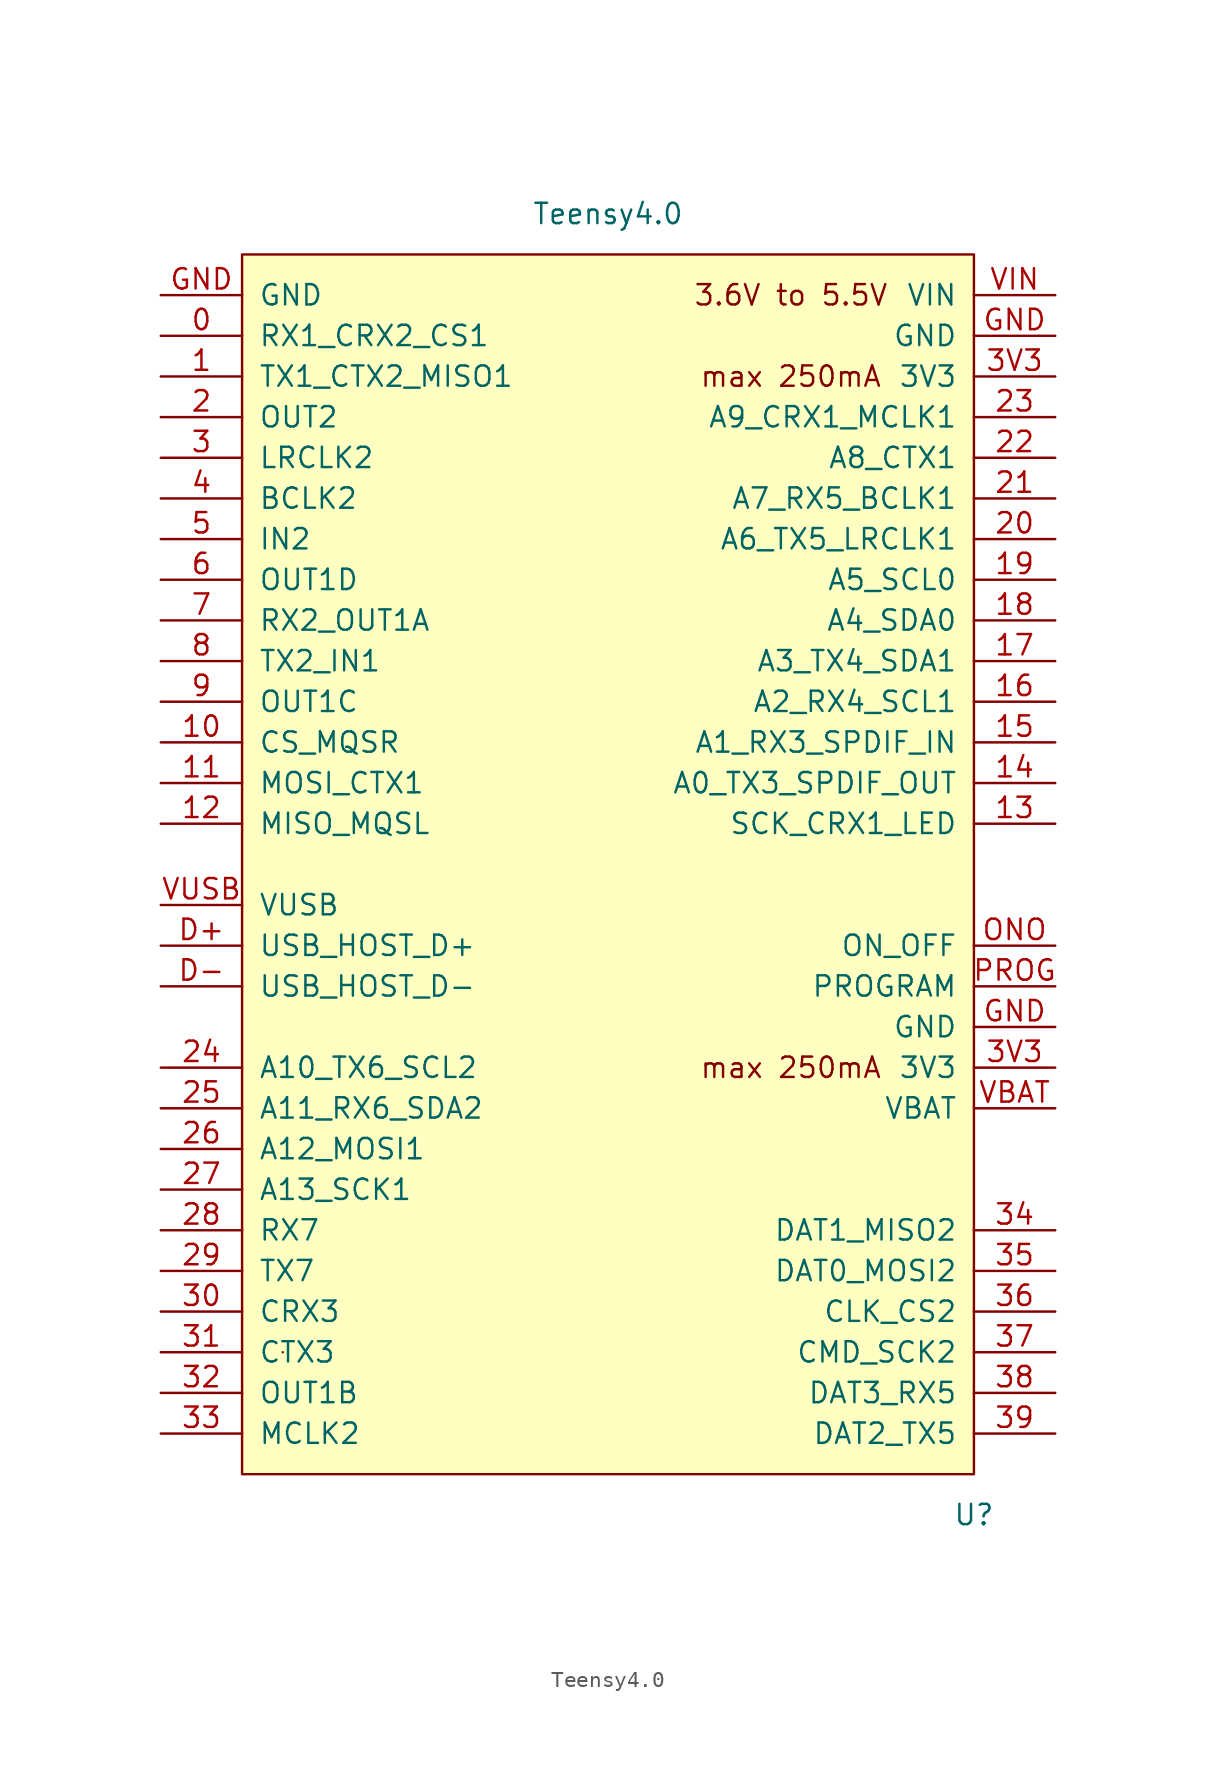
<source format=kicad_sym>
(kicad_symbol_lib
  (version 20211014)
  (generator kicad_symbol_editor)
  (symbol "Teensy4.0"
    (pin_names
      (offset 1.016))
    (property "Reference" "U"
      (at 22.86 -40.64 0)
      (effects (font (size 1.27 1.27))))
    (property "Value" "Teensy4.0"
      (at 0 40.64 0)
      (effects (font (size 1.27 1.27))))
    (symbol "Teensy4.0_0_0"
      (text "3.6V to 5.5V" (at 11.43 35.56 0) (effects (font (size 1.27 1.27))))
      (text "max 250mA" (at 17.145 -12.7 0) (effects (font (size 1.27 1.27)) (justify right)))
      (text "max 250mA" (at 17.145 30.48 0) (effects (font (size 1.27 1.27)) (justify right)))
      (pin bidirectional line (at -27.94 7.62 0) (length 5.08) (name "CS_MQSR" (effects (font (size 1.27 1.27)))) (number "10" (effects (font (size 1.27 1.27)))))
      (pin bidirectional line (at -27.94 5.08 0) (length 5.08) (name "MOSI_CTX1" (effects (font (size 1.27 1.27)))) (number "11" (effects (font (size 1.27 1.27)))))
      (pin bidirectional line (at -27.94 2.54 0) (length 5.08) (name "MISO_MQSL" (effects (font (size 1.27 1.27)))) (number "12" (effects (font (size 1.27 1.27)))))
      (pin bidirectional line (at 27.94 2.54 180) (length 5.08) (name "SCK_CRX1_LED" (effects (font (size 1.27 1.27)))) (number "13" (effects (font (size 1.27 1.27)))))
      (pin bidirectional line (at 27.94 5.08 180) (length 5.08) (name "A0_TX3_SPDIF_OUT" (effects (font (size 1.27 1.27)))) (number "14" (effects (font (size 1.27 1.27)))))
      (pin bidirectional line (at 27.94 7.62 180) (length 5.08) (name "A1_RX3_SPDIF_IN" (effects (font (size 1.27 1.27)))) (number "15" (effects (font (size 1.27 1.27)))))
      (pin bidirectional line (at 27.94 10.16 180) (length 5.08) (name "A2_RX4_SCL1" (effects (font (size 1.27 1.27)))) (number "16" (effects (font (size 1.27 1.27)))))
      (pin bidirectional line (at 27.94 12.7 180) (length 5.08) (name "A3_TX4_SDA1" (effects (font (size 1.27 1.27)))) (number "17" (effects (font (size 1.27 1.27)))))
      (pin bidirectional line (at 27.94 15.24 180) (length 5.08) (name "A4_SDA0" (effects (font (size 1.27 1.27)))) (number "18" (effects (font (size 1.27 1.27)))))
      (pin bidirectional line (at 27.94 17.78 180) (length 5.08) (name "A5_SCL0" (effects (font (size 1.27 1.27)))) (number "19" (effects (font (size 1.27 1.27)))))
      (pin bidirectional line (at 27.94 20.32 180) (length 5.08) (name "A6_TX5_LRCLK1" (effects (font (size 1.27 1.27)))) (number "20" (effects (font (size 1.27 1.27)))))
      (pin bidirectional line (at 27.94 22.86 180) (length 5.08) (name "A7_RX5_BCLK1" (effects (font (size 1.27 1.27)))) (number "21" (effects (font (size 1.27 1.27)))))
      (pin bidirectional line (at 27.94 25.4 180) (length 5.08) (name "A8_CTX1" (effects (font (size 1.27 1.27)))) (number "22" (effects (font (size 1.27 1.27)))))
      (pin bidirectional line (at 27.94 27.94 180) (length 5.08) (name "A9_CRX1_MCLK1" (effects (font (size 1.27 1.27)))) (number "23" (effects (font (size 1.27 1.27)))))
      (pin bidirectional line (at -27.94 -12.7 0) (length 5.08) (name "A10_TX6_SCL2" (effects (font (size 1.27 1.27)))) (number "24" (effects (font (size 1.27 1.27)))))
      (pin bidirectional line (at -27.94 -15.24 0) (length 5.08) (name "A11_RX6_SDA2" (effects (font (size 1.27 1.27)))) (number "25" (effects (font (size 1.27 1.27)))))
      (pin bidirectional line (at -27.94 -17.78 0) (length 5.08) (name "A12_MOSI1" (effects (font (size 1.27 1.27)))) (number "26" (effects (font (size 1.27 1.27)))))
      (pin bidirectional line (at -27.94 -20.32 0) (length 5.08) (name "A13_SCK1" (effects (font (size 1.27 1.27)))) (number "27" (effects (font (size 1.27 1.27)))))
      (pin bidirectional line (at -27.94 -22.86 0) (length 5.08) (name "RX7" (effects (font (size 1.27 1.27)))) (number "28" (effects (font (size 1.27 1.27)))))
      (pin bidirectional line (at -27.94 -25.4 0) (length 5.08) (name "TX7" (effects (font (size 1.27 1.27)))) (number "29" (effects (font (size 1.27 1.27)))))
      (pin bidirectional line (at -27.94 25.4 0) (length 5.08) (name "LRCLK2" (effects (font (size 1.27 1.27)))) (number "3" (effects (font (size 1.27 1.27)))))
      (pin bidirectional line (at -27.94 -27.94 0) (length 5.08) (name "CRX3" (effects (font (size 1.27 1.27)))) (number "30" (effects (font (size 1.27 1.27)))))
      (pin bidirectional line (at -27.94 -30.48 0) (length 5.08) (name "CTX3" (effects (font (size 1.27 1.27)))) (number "31" (effects (font (size 1.27 1.27)))))
      (pin bidirectional line (at -27.94 -33.02 0) (length 5.08) (name "OUT1B" (effects (font (size 1.27 1.27)))) (number "32" (effects (font (size 1.27 1.27)))))
      (pin bidirectional line (at -27.94 -35.56 0) (length 5.08) (name "MCLK2" (effects (font (size 1.27 1.27)))) (number "33" (effects (font (size 1.27 1.27)))))
      (pin bidirectional line (at 27.94 -22.86 180) (length 5.08) (name "DAT1_MISO2" (effects (font (size 1.27 1.27)))) (number "34" (effects (font (size 1.27 1.27)))))
      (pin bidirectional line (at 27.94 -25.4 180) (length 5.08) (name "DAT0_MOSI2" (effects (font (size 1.27 1.27)))) (number "35" (effects (font (size 1.27 1.27)))))
      (pin bidirectional line (at 27.94 -27.94 180) (length 5.08) (name "CLK_CS2" (effects (font (size 1.27 1.27)))) (number "36" (effects (font (size 1.27 1.27)))))
      (pin bidirectional line (at 27.94 -30.48 180) (length 5.08) (name "CMD_SCK2" (effects (font (size 1.27 1.27)))) (number "37" (effects (font (size 1.27 1.27)))))
      (pin bidirectional line (at 27.94 -33.02 180) (length 5.08) (name "DAT3_RX5" (effects (font (size 1.27 1.27)))) (number "38" (effects (font (size 1.27 1.27)))))
      (pin bidirectional line (at 27.94 -35.56 180) (length 5.08) (name "DAT2_TX5" (effects (font (size 1.27 1.27)))) (number "39" (effects (font (size 1.27 1.27)))))
      (pin power_in line (at 27.94 -12.7 180) (length 5.08) (name "3V3" (effects (font (size 1.27 1.27)))) (number "3V3" (effects (font (size 1.27 1.27)))))
      (pin power_out line (at 27.94 30.48 180) (length 5.08) (name "3V3" (effects (font (size 1.27 1.27)))) (number "3V3" (effects (font (size 1.27 1.27)))))
      (pin bidirectional line (at -27.94 22.86 0) (length 5.08) (name "BCLK2" (effects (font (size 1.27 1.27)))) (number "4" (effects (font (size 1.27 1.27)))))
      (pin bidirectional line (at -27.94 20.32 0) (length 5.08) (name "IN2" (effects (font (size 1.27 1.27)))) (number "5" (effects (font (size 1.27 1.27)))))
      (pin bidirectional line (at -27.94 17.78 0) (length 5.08) (name "OUT1D" (effects (font (size 1.27 1.27)))) (number "6" (effects (font (size 1.27 1.27)))))
      (pin bidirectional line (at -27.94 15.24 0) (length 5.08) (name "RX2_OUT1A" (effects (font (size 1.27 1.27)))) (number "7" (effects (font (size 1.27 1.27)))))
      (pin bidirectional line (at -27.94 12.7 0) (length 5.08) (name "TX2_IN1" (effects (font (size 1.27 1.27)))) (number "8" (effects (font (size 1.27 1.27)))))
      (pin bidirectional line (at -27.94 10.16 0) (length 5.08) (name "OUT1C" (effects (font (size 1.27 1.27)))) (number "9" (effects (font (size 1.27 1.27)))))
      (pin bidirectional line (at -27.94 -5.08 0) (length 5.08) (name "USB_HOST_D+" (effects (font (size 1.27 1.27)))) (number "D+" (effects (font (size 1.27 1.27)))))
      (pin bidirectional line (at -27.94 -7.62 0) (length 5.08) (name "USB_HOST_D-" (effects (font (size 1.27 1.27)))) (number "D-" (effects (font (size 1.27 1.27)))))
      (pin power_in line (at 27.94 -10.16 180) (length 5.08) (name "GND" (effects (font (size 1.27 1.27)))) (number "GND" (effects (font (size 1.27 1.27)))))
      (pin input line (at 27.94 -5.08 180) (length 5.08) (name "ON_OFF" (effects (font (size 1.27 1.27)))) (number "ONO" (effects (font (size 1.27 1.27)))))
      (pin input line (at 27.94 -7.62 180) (length 5.08) (name "PROGRAM" (effects (font (size 1.27 1.27)))) (number "PROG" (effects (font (size 1.27 1.27)))))
      (pin power_in line (at 27.94 -15.24 180) (length 5.08) (name "VBAT" (effects (font (size 1.27 1.27)))) (number "VBAT" (effects (font (size 1.27 1.27)))))
      (pin power_in line (at 27.94 35.56 180) (length 5.08) (name "VIN" (effects (font (size 1.27 1.27)))) (number "VIN" (effects (font (size 1.27 1.27)))))
      (pin power_out line (at -27.94 -2.54 0) (length 5.08) (name "VUSB" (effects (font (size 1.27 1.27)))) (number "VUSB" (effects (font (size 1.27 1.27))))))
    (symbol "Teensy4.0_0_1"
      (rectangle (start -22.86 38.1) (end 22.86 -38.1) (stroke (width 0) (type default) (color 0 0 0 0)) (fill (type background)))
      (rectangle (start -20.32 -30.48) (end -20.32 -30.48) (stroke (width 0) (type default) (color 0 0 0 0)) (fill (type none))))
    (symbol "Teensy4.0_1_1"
      (pin bidirectional line (at -27.94 33.02 0) (length 5.08) (name "RX1_CRX2_CS1" (effects (font (size 1.27 1.27)))) (number "0" (effects (font (size 1.27 1.27)))))
      (pin bidirectional line (at -27.94 30.48 0) (length 5.08) (name "TX1_CTX2_MISO1" (effects (font (size 1.27 1.27)))) (number "1" (effects (font (size 1.27 1.27)))))
      (pin bidirectional line (at -27.94 27.94 0) (length 5.08) (name "OUT2" (effects (font (size 1.27 1.27)))) (number "2" (effects (font (size 1.27 1.27)))))
      (pin power_in line (at -27.94 35.56 0) (length 5.08) (name "GND" (effects (font (size 1.27 1.27)))) (number "GND" (effects (font (size 1.27 1.27)))))
      (pin power_in line (at 27.94 33.02 180) (length 5.08) (name "GND" (effects (font (size 1.27 1.27)))) (number "GND" (effects (font (size 1.27 1.27))))))))
</source>
